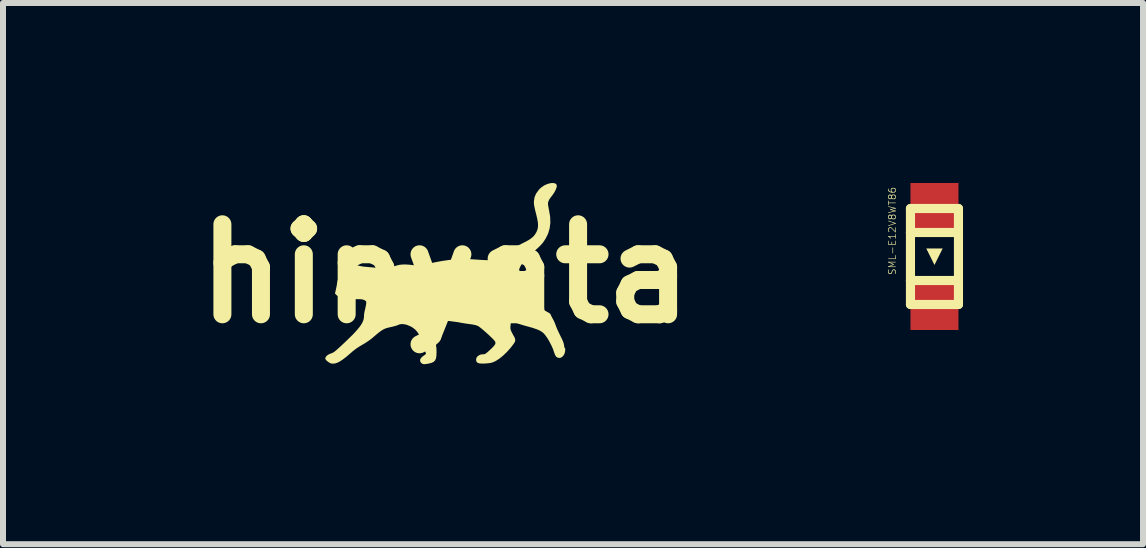
<source format=kicad_pcb>
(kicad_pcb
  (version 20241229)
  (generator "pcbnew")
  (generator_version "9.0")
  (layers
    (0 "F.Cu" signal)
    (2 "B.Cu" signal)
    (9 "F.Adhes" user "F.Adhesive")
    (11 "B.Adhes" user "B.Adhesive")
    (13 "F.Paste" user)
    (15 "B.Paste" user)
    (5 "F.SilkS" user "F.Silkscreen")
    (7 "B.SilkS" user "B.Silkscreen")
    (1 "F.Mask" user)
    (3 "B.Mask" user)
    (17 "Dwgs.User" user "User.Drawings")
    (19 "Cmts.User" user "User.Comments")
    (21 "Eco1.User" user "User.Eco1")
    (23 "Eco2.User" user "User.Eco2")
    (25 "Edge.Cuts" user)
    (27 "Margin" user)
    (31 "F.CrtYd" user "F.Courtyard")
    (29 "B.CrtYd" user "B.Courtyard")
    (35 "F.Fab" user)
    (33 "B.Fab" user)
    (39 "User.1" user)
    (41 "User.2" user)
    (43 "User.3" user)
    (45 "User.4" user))
  (footprint "hinyata"
    (layer "F.Cu")
    (at 4.371 1.51)
    (property "Reference" "hinyata" (at 0 0 0) (layer "F.SilkS") (effects (font (size 1.5 1.5) (thickness 0.3))))
    (attr board_only exclude_from_pos_files exclude_from_bom)
    (fp_poly (pts (xy 1.812 -1.508) (xy 1.84 -1.499) (xy 1.856 -1.481) (xy 1.86 -1.461) (xy 1.855 -1.433) (xy 1.841 -1.397) (xy 1.821 -1.358) (xy 1.796 -1.32) (xy 1.774 -1.291) (xy 1.738 -1.243) (xy 1.717 -1.198) (xy 1.712 -1.164) (xy 1.714 -1.144) (xy 1.719 -1.113) (xy 1.726 -1.076) (xy 1.729 -1.061) (xy 1.748 -0.952) (xy 1.752 -0.851) (xy 1.741 -0.758) (xy 1.716 -0.67) (xy 1.675 -0.586) (xy 1.631 -0.519) (xy 1.61 -0.494) (xy 1.579 -0.461) (xy 1.541 -0.425) (xy 1.501 -0.389) (xy 1.487 -0.378) (xy 1.446 -0.342) (xy 1.405 -0.305) (xy 1.369 -0.271) (xy 1.341 -0.243) (xy 1.334 -0.236) (xy 1.305 -0.201) (xy 1.278 -0.162) (xy 1.255 -0.124) (xy 1.239 -0.091) (xy 1.232 -0.066) (xy 1.232 -0.063) (xy 1.237 -0.049) (xy 1.25 -0.025) (xy 1.271 0.004) (xy 1.285 0.023) (xy 1.314 0.062) (xy 1.337 0.095) (xy 1.354 0.126) (xy 1.369 0.16) (xy 1.383 0.201) (xy 1.398 0.253) (xy 1.402 0.267) (xy 1.415 0.312) (xy 1.429 0.353) (xy 1.44 0.387) (xy 1.449 0.409) (xy 1.45 0.41) (xy 1.482 0.461) (xy 1.528 0.513) (xy 1.583 0.562) (xy 1.643 0.606) (xy 1.698 0.638) (xy 1.732 0.657) (xy 1.752 0.673) (xy 1.759 0.687) (xy 1.767 0.706) (xy 1.781 0.733) (xy 1.791 0.751) (xy 1.807 0.781) (xy 1.825 0.82) (xy 1.839 0.857) (xy 1.851 0.889) (xy 1.869 0.932) (xy 1.891 0.98) (xy 1.914 1.027) (xy 1.918 1.036) (xy 1.946 1.092) (xy 1.965 1.136) (xy 1.976 1.171) (xy 1.981 1.196) (xy 1.984 1.221) (xy 1.989 1.237) (xy 1.993 1.24) (xy 1.998 1.248) (xy 2 1.268) (xy 1.998 1.295) (xy 1.991 1.325) (xy 1.99 1.329) (xy 1.974 1.361) (xy 1.951 1.387) (xy 1.924 1.403) (xy 1.907 1.406) (xy 1.875 1.402) (xy 1.85 1.386) (xy 1.831 1.357) (xy 1.816 1.317) (xy 1.796 1.258) (xy 1.768 1.195) (xy 1.736 1.133) (xy 1.701 1.074) (xy 1.666 1.025) (xy 1.64 0.995) (xy 1.611 0.971) (xy 1.572 0.948) (xy 1.522 0.927) (xy 1.458 0.905) (xy 1.38 0.883) (xy 1.362 0.878) (xy 1.307 0.863) (xy 1.255 0.847) (xy 1.21 0.832) (xy 1.175 0.819) (xy 1.161 0.813) (xy 1.135 0.799) (xy 1.115 0.79) (xy 1.106 0.786) (xy 1.101 0.794) (xy 1.095 0.814) (xy 1.091 0.842) (xy 1.087 0.873) (xy 1.086 0.901) (xy 1.087 0.921) (xy 1.094 0.947) (xy 1.109 0.98) (xy 1.127 1.013) (xy 1.127 1.014) (xy 1.151 1.055) (xy 1.164 1.087) (xy 1.167 1.114) (xy 1.161 1.138) (xy 1.146 1.163) (xy 1.092 1.235) (xy 1.032 1.302) (xy 0.969 1.363) (xy 0.906 1.415) (xy 0.846 1.454) (xy 0.828 1.463) (xy 0.797 1.477) (xy 0.769 1.486) (xy 0.738 1.492) (xy 0.697 1.496) (xy 0.678 1.498) (xy 0.62 1.5) (xy 0.577 1.498) (xy 0.548 1.491) (xy 0.528 1.478) (xy 0.517 1.46) (xy 0.517 1.46) (xy 0.514 1.426) (xy 0.525 1.395) (xy 0.549 1.37) (xy 0.582 1.352) (xy 0.622 1.345) (xy 0.623 1.345) (xy 0.641 1.345) (xy 0.656 1.342) (xy 0.671 1.335) (xy 0.689 1.322) (xy 0.714 1.301) (xy 0.747 1.271) (xy 0.748 1.27) (xy 0.788 1.232) (xy 0.815 1.202) (xy 0.831 1.179) (xy 0.837 1.159) (xy 0.834 1.14) (xy 0.829 1.13) (xy 0.817 1.114) (xy 0.794 1.089) (xy 0.762 1.058) (xy 0.726 1.023) (xy 0.686 0.987) (xy 0.646 0.952) (xy 0.609 0.92) (xy 0.577 0.895) (xy 0.553 0.878) (xy 0.545 0.873) (xy 0.512 0.861) (xy 0.464 0.85) (xy 0.408 0.842) (xy 0.356 0.835) (xy 0.299 0.826) (xy 0.246 0.817) (xy 0.224 0.812) (xy 0.184 0.806) (xy 0.131 0.799) (xy 0.074 0.792) (xy 0.016 0.787) (xy -0.002 0.786) (xy -0.053 0.782) (xy -0.101 0.778) (xy -0.141 0.774) (xy -0.171 0.771) (xy -0.18 0.769) (xy -0.218 0.762) (xy -0.224 0.793) (xy -0.227 0.841) (xy -0.223 0.903) (xy -0.211 0.974) (xy -0.192 1.054) (xy -0.183 1.087) (xy -0.168 1.139) (xy -0.157 1.179) (xy -0.151 1.213) (xy -0.147 1.245) (xy -0.146 1.282) (xy -0.145 1.306) (xy -0.147 1.367) (xy -0.154 1.413) (xy -0.169 1.447) (xy -0.193 1.471) (xy -0.228 1.488) (xy -0.276 1.5) (xy -0.281 1.501) (xy -0.321 1.507) (xy -0.349 1.51) (xy -0.368 1.508) (xy -0.383 1.502) (xy -0.396 1.493) (xy -0.415 1.471) (xy -0.419 1.446) (xy -0.416 1.426) (xy -0.404 1.407) (xy -0.382 1.385) (xy -0.346 1.358) (xy -0.34 1.353) (xy -0.32 1.34) (xy -0.357 1.222) (xy -0.385 1.139) (xy -0.412 1.071) (xy -0.438 1.016) (xy -0.466 0.972) (xy -0.498 0.936) (xy -0.533 0.907) (xy -0.574 0.882) (xy -0.582 0.878) (xy -0.646 0.852) (xy -0.704 0.841) (xy -0.754 0.844) (xy -0.782 0.855) (xy -0.806 0.865) (xy -0.841 0.875) (xy -0.882 0.886) (xy -0.901 0.89) (xy -0.942 0.899) (xy -0.976 0.908) (xy -1.007 0.919) (xy -1.037 0.934) (xy -1.069 0.954) (xy -1.105 0.981) (xy -1.148 1.016) (xy -1.201 1.061) (xy -1.216 1.074) (xy -1.251 1.102) (xy -1.296 1.133) (xy -1.344 1.164) (xy -1.382 1.186) (xy -1.437 1.219) (xy -1.489 1.254) (xy -1.542 1.295) (xy -1.589 1.336) (xy -1.655 1.392) (xy -1.712 1.435) (xy -1.761 1.467) (xy -1.804 1.488) (xy -1.842 1.499) (xy -1.878 1.501) (xy -1.898 1.499) (xy -1.924 1.489) (xy -1.951 1.472) (xy -1.976 1.452) (xy -1.994 1.431) (xy -2 1.415) (xy -1.992 1.39) (xy -1.971 1.366) (xy -1.939 1.345) (xy -1.907 1.332) (xy -1.887 1.325) (xy -1.867 1.315) (xy -1.845 1.3) (xy -1.818 1.279) (xy -1.784 1.248) (xy -1.756 1.223) (xy -1.67 1.143) (xy -1.597 1.072) (xy -1.535 1.011) (xy -1.485 0.957) (xy -1.444 0.909) (xy -1.412 0.867) (xy -1.388 0.829) (xy -1.371 0.793) (xy -1.36 0.76) (xy -1.355 0.726) (xy -1.354 0.702) (xy -1.352 0.674) (xy -1.346 0.637) (xy -1.337 0.599) (xy -1.336 0.596) (xy -1.328 0.558) (xy -1.321 0.523) (xy -1.317 0.496) (xy -1.317 0.494) (xy -1.317 0.472) (xy -1.323 0.458) (xy -1.339 0.447) (xy -1.349 0.442) (xy -1.364 0.436) (xy -1.379 0.431) (xy -1.399 0.428) (xy -1.425 0.427) (xy -1.462 0.426) (xy -1.512 0.427) (xy -1.54 0.427) (xy -1.596 0.428) (xy -1.638 0.428) (xy -1.668 0.427) (xy -1.69 0.425) (xy -1.708 0.421) (xy -1.723 0.416) (xy -1.74 0.408) (xy -1.741 0.407) (xy -1.772 0.389) (xy -1.8 0.369) (xy -1.812 0.358) (xy -1.838 0.332) (xy -1.823 0.268) (xy -1.815 0.23) (xy -1.807 0.19) (xy -1.803 0.162) (xy -1.797 0.129) (xy -1.788 0.102) (xy -1.772 0.075) (xy -1.746 0.045) (xy -1.721 0.019) (xy -1.691 -0.014) (xy -1.674 -0.04) (xy -1.669 -0.065) (xy -1.674 -0.093) (xy -1.686 -0.126) (xy -1.697 -0.155) (xy -1.699 -0.171) (xy -1.692 -0.173) (xy -1.683 -0.167) (xy -1.668 -0.158) (xy -1.644 -0.148) (xy -1.635 -0.145) (xy -1.599 -0.132) (xy -1.613 -0.162) (xy -1.622 -0.186) (xy -1.621 -0.204) (xy -1.617 -0.214) (xy -1.607 -0.237) (xy -1.563 -0.198) (xy -1.523 -0.167) (xy -1.48 -0.144) (xy -1.429 -0.128) (xy -1.367 -0.117) (xy -1.319 -0.113) (xy -1.271 -0.108) (xy -1.221 -0.104) (xy -1.177 -0.099) (xy -1.155 -0.096) (xy -1.08 -0.088) (xy -1.017 -0.087) (xy -0.959 -0.093) (xy -0.9 -0.106) (xy -0.858 -0.119) (xy -0.808 -0.135) (xy -0.762 -0.146) (xy -0.716 -0.151) (xy -0.667 -0.152) (xy -0.609 -0.149) (xy -0.538 -0.141) (xy -0.532 -0.14) (xy -0.432 -0.128) (xy -0.301 -0.16) (xy -0.173 -0.188) (xy -0.054 -0.21) (xy 0.062 -0.227) (xy 0.175 -0.237) (xy 0.224 -0.241) (xy 0.268 -0.243) (xy 0.312 -0.243) (xy 0.359 -0.242) (xy 0.414 -0.24) (xy 0.48 -0.236) (xy 0.52 -0.233) (xy 0.605 -0.228) (xy 0.675 -0.224) (xy 0.734 -0.224) (xy 0.784 -0.228) (xy 0.828 -0.236) (xy 0.868 -0.249) (xy 0.909 -0.268) (xy 0.952 -0.294) (xy 1 -0.327) (xy 1.049 -0.362) (xy 1.14 -0.424) (xy 1.232 -0.477) (xy 1.289 -0.506) (xy 1.355 -0.539) (xy 1.406 -0.569) (xy 1.446 -0.598) (xy 1.477 -0.627) (xy 1.501 -0.66) (xy 1.52 -0.692) (xy 1.535 -0.728) (xy 1.544 -0.764) (xy 1.547 -0.804) (xy 1.544 -0.851) (xy 1.535 -0.906) (xy 1.519 -0.975) (xy 1.51 -1.011) (xy 1.496 -1.067) (xy 1.487 -1.109) (xy 1.481 -1.143) (xy 1.478 -1.171) (xy 1.478 -1.198) (xy 1.478 -1.21) (xy 1.489 -1.274) (xy 1.514 -1.333) (xy 1.555 -1.39) (xy 1.573 -1.411) (xy 1.61 -1.443) (xy 1.651 -1.47) (xy 1.694 -1.49) (xy 1.737 -1.503) (xy 1.778 -1.51)) (stroke (width 0) (type solid)) (fill yes) (layer "F.SilkS")))
  (footprint "SML-E12V8WT86"
    (layer "F.Cu")
    (at 12.525 2.05)
    (property "Reference" "SML-E12V8WT86" (at -0.635 -0.508 90) (layer "F.SilkS") (effects (font (size 0.117 0.117) (thickness 0.01)) (justify left bottom)))
    (fp_line (start -0.4 -1.625) (end -0.4 -1.225) (stroke (width 0.152) (type solid)) (layer "F.SilkS"))
    (fp_line (start -0.4 -1.225) (end -0.4 -0.425) (stroke (width 0.152) (type solid)) (layer "F.SilkS"))
    (fp_line (start -0.4 -1.225) (end 0.4 -1.225) (stroke (width 0.152) (type solid)) (layer "F.SilkS"))
    (fp_line (start -0.4 -0.425) (end -0.4 -0.025) (stroke (width 0.152) (type solid)) (layer "F.SilkS"))
    (fp_line (start -0.4 -0.425) (end 0.4 -0.425) (stroke (width 0.152) (type solid)) (layer "F.SilkS"))
    (fp_line (start -0.4 -0.025) (end 0.4 -0.025) (stroke (width 0.152) (type solid)) (layer "F.SilkS"))
    (fp_line (start 0.4 -1.625) (end -0.4 -1.625) (stroke (width 0.152) (type solid)) (layer "F.SilkS"))
    (fp_line (start 0.4 -1.225) (end 0.4 -1.625) (stroke (width 0.152) (type solid)) (layer "F.SilkS"))
    (fp_line (start 0.4 -0.425) (end 0.4 -1.225) (stroke (width 0.152) (type solid)) (layer "F.SilkS"))
    (fp_line (start 0.4 -0.025) (end 0.4 -0.425) (stroke (width 0.152) (type solid)) (layer "F.SilkS"))
    (fp_poly (pts (xy 0 -0.684) (xy -0.137 -0.959) (xy 0.137 -0.959)) (stroke (width 0) (type default)) (fill yes) (layer "F.SilkS"))
    (pad "A" smd rect (at 0 -1.65) (size 0.8 0.8) (layers "F.Cu" "F.Mask" "F.Paste"))
    (pad "K" smd rect (at 0 0) (size 0.8 0.8) (layers "F.Cu" "F.Mask" "F.Paste")))
  (gr_rect
    (start -3 -3)
    (end 16.001 6.02)
    (stroke (width 0.1) (type default))
    (fill no)
    (layer "Edge.Cuts")))
</source>
